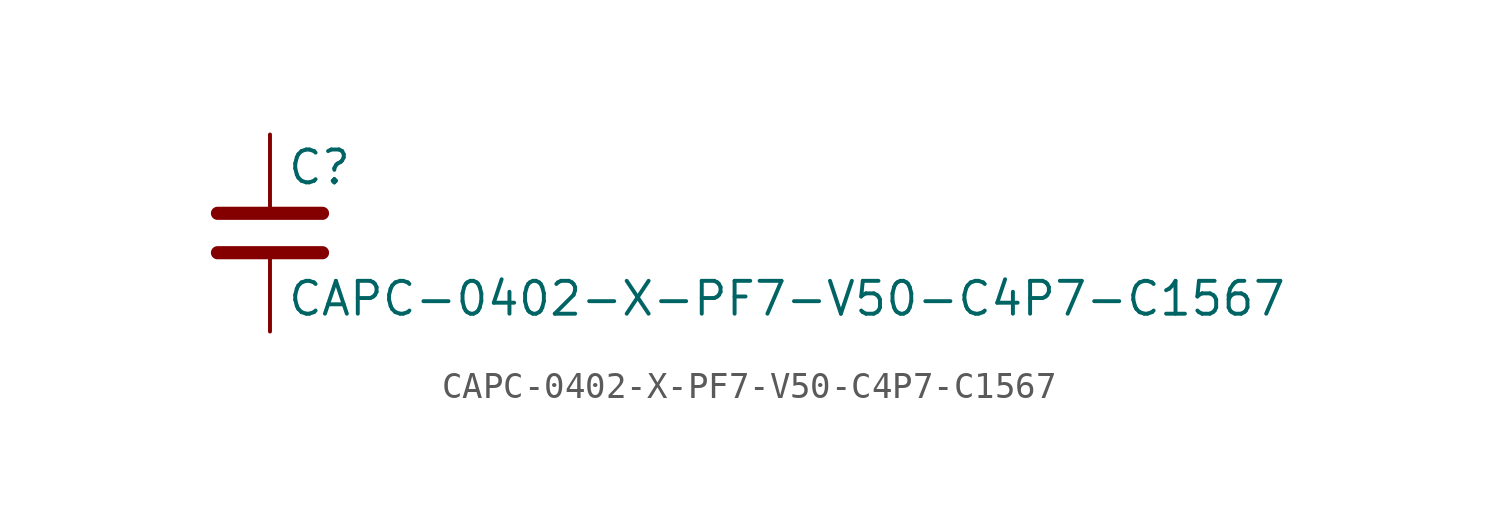
<source format=kicad_sym>
(kicad_symbol_lib
  (version 20211014)
  (generator kicad_symbol_editor)
  (symbol "CAPC-0402-X-PF7-V50-C4P7-C1567"
    (pin_numbers hide)
    (pin_names
      (offset 0.254))
    (property "Reference" "C"
      (at 0.635 2.54 0)
      (effects (font (size 1.27 1.27)) (justify left)))
    (property "Value" "CAPC-0402-X-PF7-V50-C4P7-C1567"
      (at 0.635 -2.54 0)
      (effects (font (size 1.27 1.27)) (justify left)))
    (symbol "CAPC-0402-X-PF7-V50-C4P7-C1567_0_1"
      (polyline (pts (xy -2.032 -0.762) (xy 2.032 -0.762)) (stroke (width 0.508) (type default) (color 0 0 0 0)) (fill (type none)))
      (polyline (pts (xy -2.032 0.762) (xy 2.032 0.762)) (stroke (width 0.508) (type default) (color 0 0 0 0)) (fill (type none))))
    (symbol "CAPC-0402-X-PF7-V50-C4P7-C1567_1_1"
      (pin passive line (at 0 3.81 270) (length 2.794) (name "~" (effects (font (size 1.27 1.27)))) (number "1" (effects (font (size 1.27 1.27)))))
      (pin passive line (at 0 -3.81 90) (length 2.794) (name "~" (effects (font (size 1.27 1.27)))) (number "2" (effects (font (size 1.27 1.27))))))))
</source>
